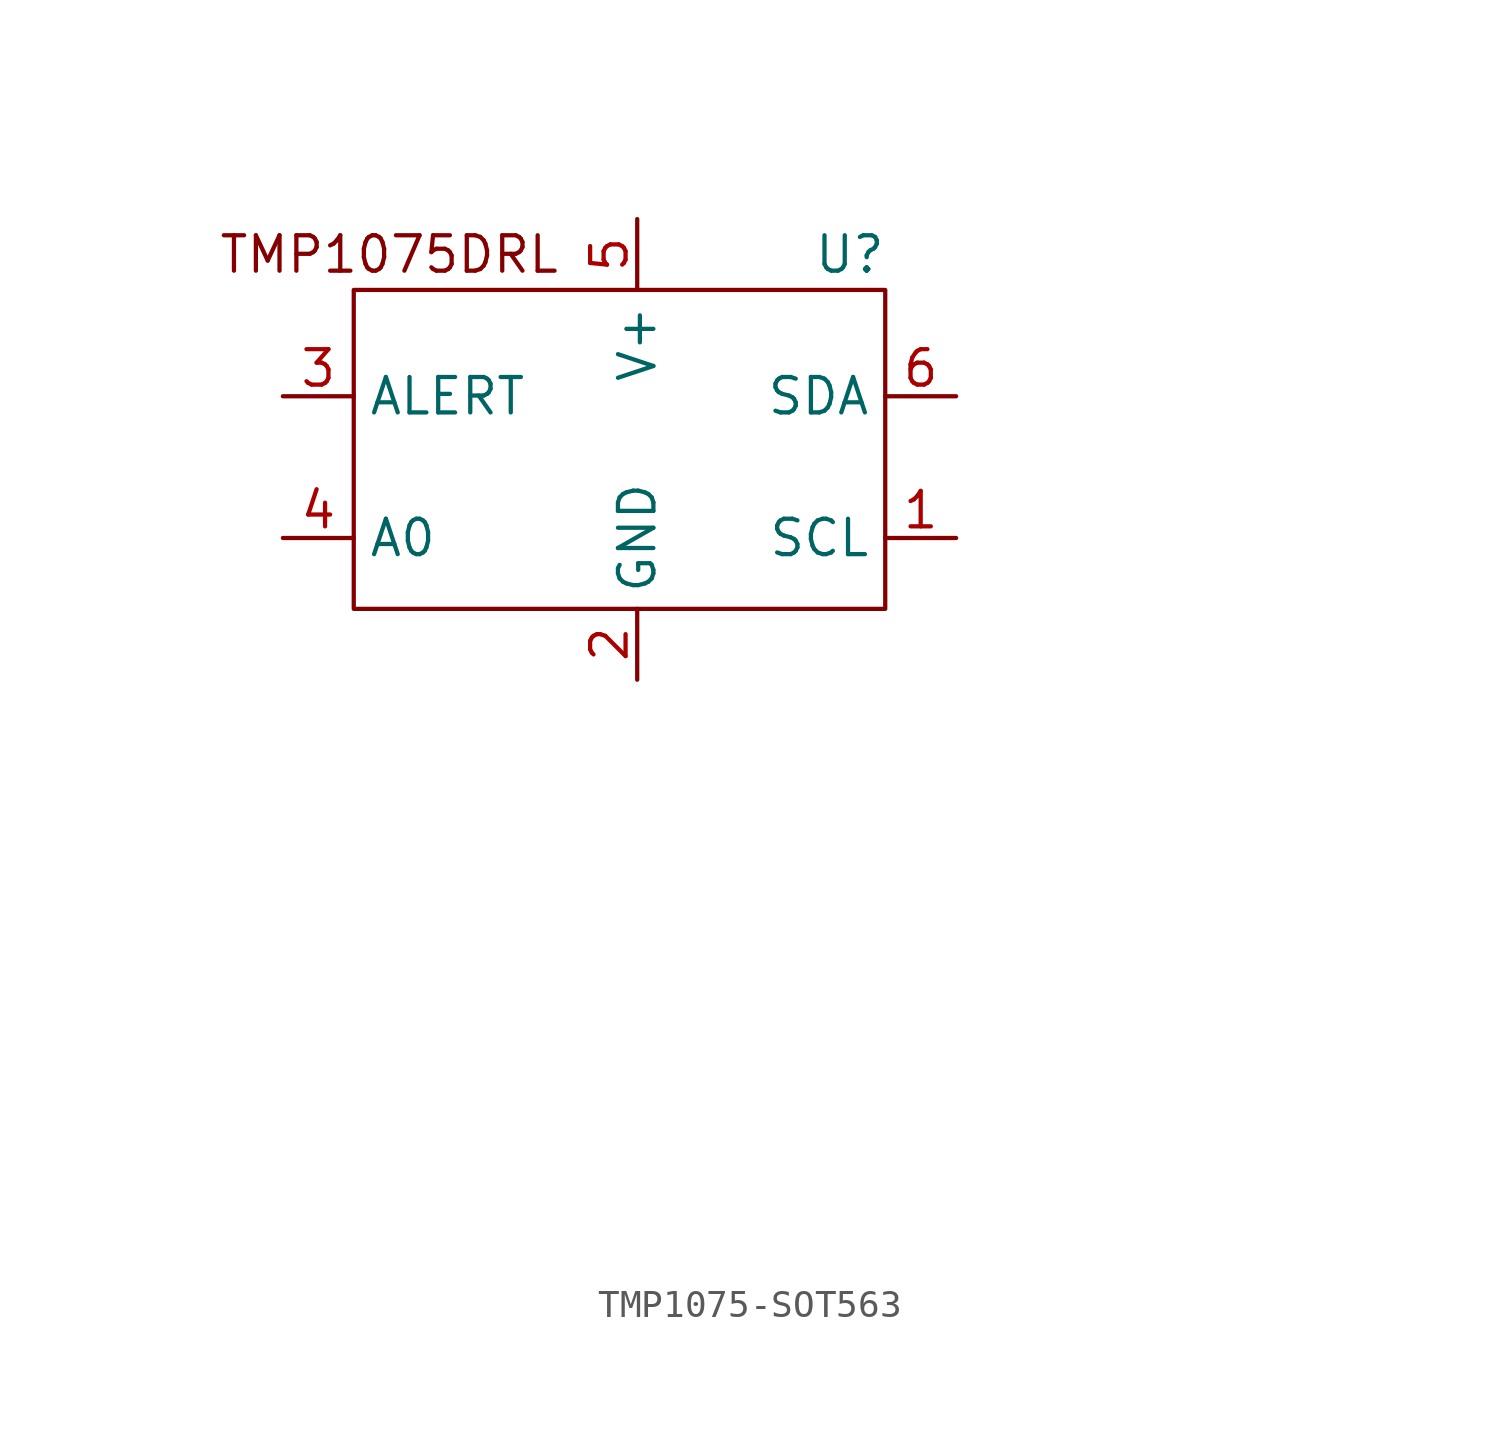
<source format=kicad_sym>
(kicad_symbol_lib
  (version 20220914)
  (generator kicad_symbol_editor)
  (symbol "TMP1075-SOT563"
    (property "Reference" "U"
      (at 7.62 12.7 0)
      (effects (font (size 1.27 1.27))))
    (property "Value" ""
      (at 22.86 -20.32 0)
      (effects (font (size 1.27 1.27))))
    (symbol "TMP1075-SOT563_0_1"
      (rectangle (start -10.16 11.43) (end 8.89 0) (stroke (width 0) (type default)) (fill (type none))))
    (symbol "TMP1075-SOT563_1_1"
      (text "TMP1075DRL" (at -8.89 12.7 0) (effects (font (size 1.27 1.27))))
      (pin input line (at 11.43 2.54 180) (length 2.54) (name "SCL" (effects (font (size 1.27 1.27)))) (number "1" (effects (font (size 1.27 1.27)))))
      (pin power_in line (at 0 -2.54 90) (length 2.54) (name "GND" (effects (font (size 1.27 1.27)))) (number "2" (effects (font (size 1.27 1.27)))))
      (pin output line (at -12.7 7.62 0) (length 2.54) (name "ALERT" (effects (font (size 1.27 1.27)))) (number "3" (effects (font (size 1.27 1.27)))))
      (pin input line (at -12.7 2.54 0) (length 2.54) (name "A0" (effects (font (size 1.27 1.27)))) (number "4" (effects (font (size 1.27 1.27)))))
      (pin power_in line (at 0 13.97 270) (length 2.54) (name "V+" (effects (font (size 1.27 1.27)))) (number "5" (effects (font (size 1.27 1.27)))))
      (pin bidirectional line (at 11.43 7.62 180) (length 2.54) (name "SDA" (effects (font (size 1.27 1.27)))) (number "6" (effects (font (size 1.27 1.27))))))))
</source>
